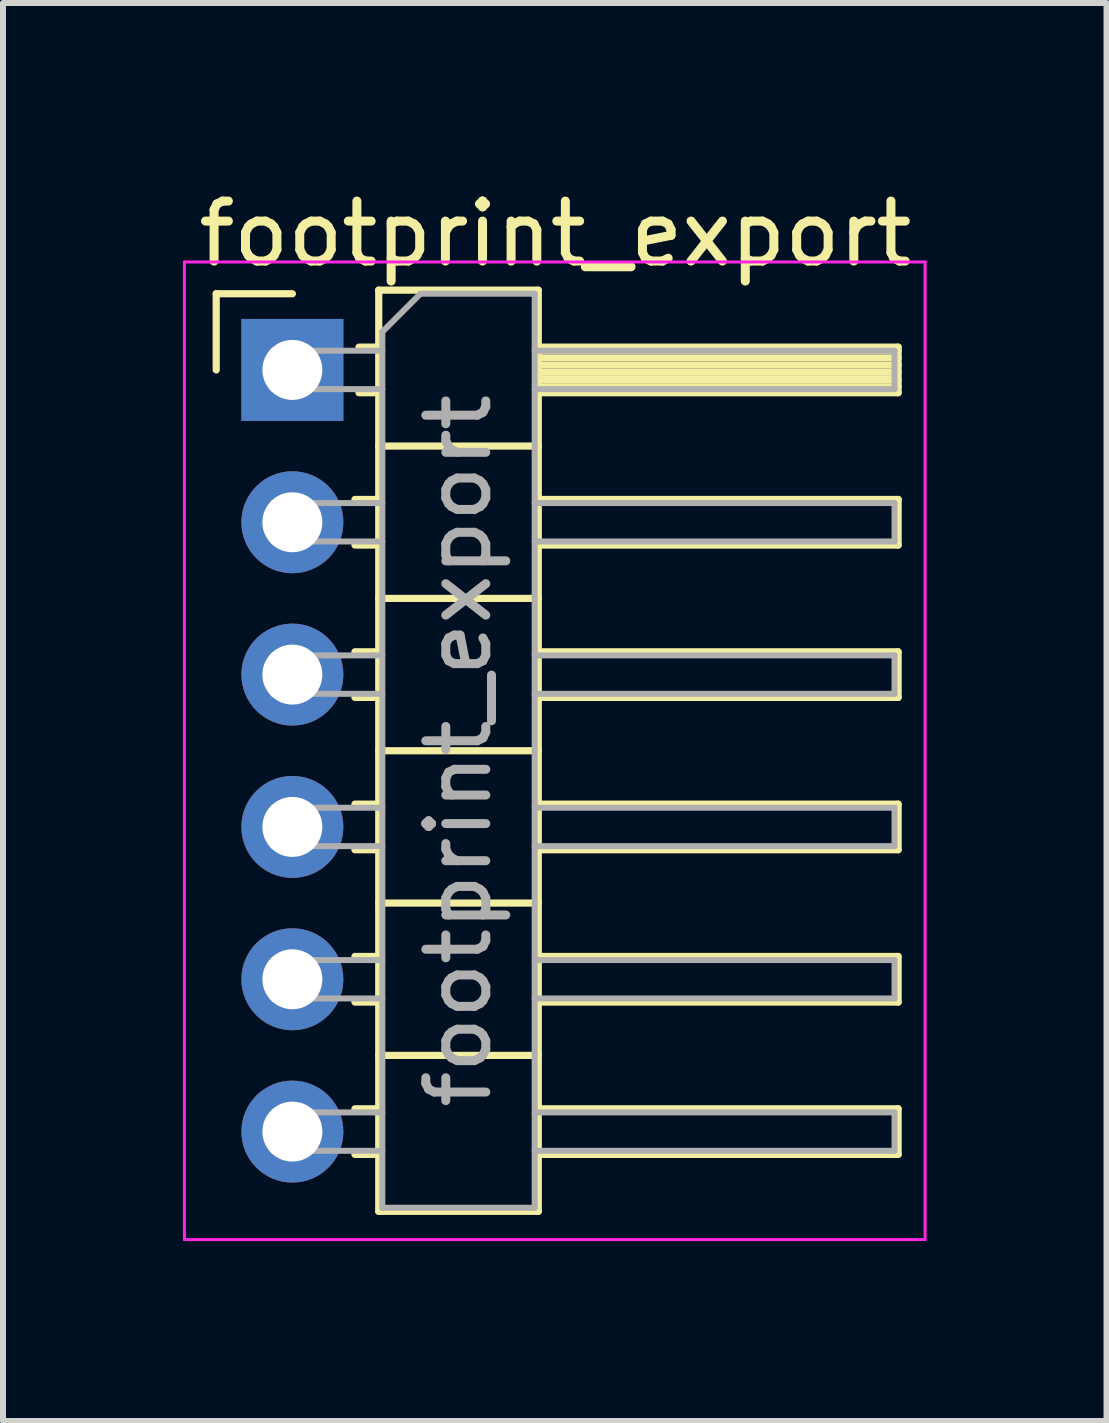
<source format=kicad_pcb>
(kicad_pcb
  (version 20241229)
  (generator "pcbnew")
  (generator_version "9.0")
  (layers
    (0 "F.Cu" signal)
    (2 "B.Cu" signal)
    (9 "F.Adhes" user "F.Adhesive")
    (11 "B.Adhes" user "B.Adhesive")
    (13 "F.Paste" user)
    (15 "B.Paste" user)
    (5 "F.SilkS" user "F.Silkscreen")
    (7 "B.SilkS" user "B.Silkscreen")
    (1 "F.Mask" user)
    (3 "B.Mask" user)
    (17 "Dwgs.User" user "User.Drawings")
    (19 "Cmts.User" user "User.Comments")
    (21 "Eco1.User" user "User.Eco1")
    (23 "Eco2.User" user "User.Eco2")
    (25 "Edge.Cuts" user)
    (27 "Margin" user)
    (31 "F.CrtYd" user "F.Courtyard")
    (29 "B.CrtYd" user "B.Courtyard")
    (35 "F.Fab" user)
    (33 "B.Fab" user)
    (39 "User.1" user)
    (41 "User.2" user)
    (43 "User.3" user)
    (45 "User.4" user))
  (footprint "footprint_export"
    (layer "F.Cu")
    (at 1.825 3.118)
    (property "Reference" "footprint_export" (at 4.385 -2.27 0) (layer "F.SilkS") (effects (font (size 1 1) (thickness 0.15))))
    (attr through_hole)
    (fp_line (start -1.27 -1.27) (end 0 -1.27) (stroke (width 0.12) (type solid)) (layer "F.SilkS"))
    (fp_line (start -1.27 0) (end -1.27 -1.27) (stroke (width 0.12) (type solid)) (layer "F.SilkS"))
    (fp_line (start 1.043 2.16) (end 1.44 2.16) (stroke (width 0.12) (type solid)) (layer "F.SilkS"))
    (fp_line (start 1.043 2.92) (end 1.44 2.92) (stroke (width 0.12) (type solid)) (layer "F.SilkS"))
    (fp_line (start 1.043 4.7) (end 1.44 4.7) (stroke (width 0.12) (type solid)) (layer "F.SilkS"))
    (fp_line (start 1.043 5.46) (end 1.44 5.46) (stroke (width 0.12) (type solid)) (layer "F.SilkS"))
    (fp_line (start 1.043 7.24) (end 1.44 7.24) (stroke (width 0.12) (type solid)) (layer "F.SilkS"))
    (fp_line (start 1.043 8) (end 1.44 8) (stroke (width 0.12) (type solid)) (layer "F.SilkS"))
    (fp_line (start 1.043 9.78) (end 1.44 9.78) (stroke (width 0.12) (type solid)) (layer "F.SilkS"))
    (fp_line (start 1.043 10.54) (end 1.44 10.54) (stroke (width 0.12) (type solid)) (layer "F.SilkS"))
    (fp_line (start 1.043 12.32) (end 1.44 12.32) (stroke (width 0.12) (type solid)) (layer "F.SilkS"))
    (fp_line (start 1.043 13.08) (end 1.44 13.08) (stroke (width 0.12) (type solid)) (layer "F.SilkS"))
    (fp_line (start 1.11 -0.38) (end 1.44 -0.38) (stroke (width 0.12) (type solid)) (layer "F.SilkS"))
    (fp_line (start 1.11 0.38) (end 1.44 0.38) (stroke (width 0.12) (type solid)) (layer "F.SilkS"))
    (fp_line (start 1.44 -1.33) (end 1.44 14.03) (stroke (width 0.12) (type solid)) (layer "F.SilkS"))
    (fp_line (start 1.44 1.27) (end 4.1 1.27) (stroke (width 0.12) (type solid)) (layer "F.SilkS"))
    (fp_line (start 1.44 3.81) (end 4.1 3.81) (stroke (width 0.12) (type solid)) (layer "F.SilkS"))
    (fp_line (start 1.44 6.35) (end 4.1 6.35) (stroke (width 0.12) (type solid)) (layer "F.SilkS"))
    (fp_line (start 1.44 8.89) (end 4.1 8.89) (stroke (width 0.12) (type solid)) (layer "F.SilkS"))
    (fp_line (start 1.44 11.43) (end 4.1 11.43) (stroke (width 0.12) (type solid)) (layer "F.SilkS"))
    (fp_line (start 1.44 14.03) (end 4.1 14.03) (stroke (width 0.12) (type solid)) (layer "F.SilkS"))
    (fp_line (start 4.1 -1.33) (end 1.44 -1.33) (stroke (width 0.12) (type solid)) (layer "F.SilkS"))
    (fp_line (start 4.1 -0.38) (end 10.1 -0.38) (stroke (width 0.12) (type solid)) (layer "F.SilkS"))
    (fp_line (start 4.1 -0.32) (end 10.1 -0.32) (stroke (width 0.12) (type solid)) (layer "F.SilkS"))
    (fp_line (start 4.1 -0.2) (end 10.1 -0.2) (stroke (width 0.12) (type solid)) (layer "F.SilkS"))
    (fp_line (start 4.1 -0.08) (end 10.1 -0.08) (stroke (width 0.12) (type solid)) (layer "F.SilkS"))
    (fp_line (start 4.1 0.04) (end 10.1 0.04) (stroke (width 0.12) (type solid)) (layer "F.SilkS"))
    (fp_line (start 4.1 0.16) (end 10.1 0.16) (stroke (width 0.12) (type solid)) (layer "F.SilkS"))
    (fp_line (start 4.1 0.28) (end 10.1 0.28) (stroke (width 0.12) (type solid)) (layer "F.SilkS"))
    (fp_line (start 4.1 2.16) (end 10.1 2.16) (stroke (width 0.12) (type solid)) (layer "F.SilkS"))
    (fp_line (start 4.1 4.7) (end 10.1 4.7) (stroke (width 0.12) (type solid)) (layer "F.SilkS"))
    (fp_line (start 4.1 7.24) (end 10.1 7.24) (stroke (width 0.12) (type solid)) (layer "F.SilkS"))
    (fp_line (start 4.1 9.78) (end 10.1 9.78) (stroke (width 0.12) (type solid)) (layer "F.SilkS"))
    (fp_line (start 4.1 12.32) (end 10.1 12.32) (stroke (width 0.12) (type solid)) (layer "F.SilkS"))
    (fp_line (start 4.1 14.03) (end 4.1 -1.33) (stroke (width 0.12) (type solid)) (layer "F.SilkS"))
    (fp_line (start 10.1 -0.38) (end 10.1 0.38) (stroke (width 0.12) (type solid)) (layer "F.SilkS"))
    (fp_line (start 10.1 0.38) (end 4.1 0.38) (stroke (width 0.12) (type solid)) (layer "F.SilkS"))
    (fp_line (start 10.1 2.16) (end 10.1 2.92) (stroke (width 0.12) (type solid)) (layer "F.SilkS"))
    (fp_line (start 10.1 2.92) (end 4.1 2.92) (stroke (width 0.12) (type solid)) (layer "F.SilkS"))
    (fp_line (start 10.1 4.7) (end 10.1 5.46) (stroke (width 0.12) (type solid)) (layer "F.SilkS"))
    (fp_line (start 10.1 5.46) (end 4.1 5.46) (stroke (width 0.12) (type solid)) (layer "F.SilkS"))
    (fp_line (start 10.1 7.24) (end 10.1 8) (stroke (width 0.12) (type solid)) (layer "F.SilkS"))
    (fp_line (start 10.1 8) (end 4.1 8) (stroke (width 0.12) (type solid)) (layer "F.SilkS"))
    (fp_line (start 10.1 9.78) (end 10.1 10.54) (stroke (width 0.12) (type solid)) (layer "F.SilkS"))
    (fp_line (start 10.1 10.54) (end 4.1 10.54) (stroke (width 0.12) (type solid)) (layer "F.SilkS"))
    (fp_line (start 10.1 12.32) (end 10.1 13.08) (stroke (width 0.12) (type solid)) (layer "F.SilkS"))
    (fp_line (start 10.1 13.08) (end 4.1 13.08) (stroke (width 0.12) (type solid)) (layer "F.SilkS"))
    (fp_line (start -1.8 -1.8) (end -1.8 14.5) (stroke (width 0.05) (type solid)) (layer "F.CrtYd"))
    (fp_line (start -1.8 14.5) (end 10.55 14.5) (stroke (width 0.05) (type solid)) (layer "F.CrtYd"))
    (fp_line (start 10.55 -1.8) (end -1.8 -1.8) (stroke (width 0.05) (type solid)) (layer "F.CrtYd"))
    (fp_line (start 10.55 14.5) (end 10.55 -1.8) (stroke (width 0.05) (type solid)) (layer "F.CrtYd"))
    (fp_line (start -0.32 -0.32) (end -0.32 0.32) (stroke (width 0.1) (type solid)) (layer "F.Fab"))
    (fp_line (start -0.32 -0.32) (end 1.5 -0.32) (stroke (width 0.1) (type solid)) (layer "F.Fab"))
    (fp_line (start -0.32 0.32) (end 1.5 0.32) (stroke (width 0.1) (type solid)) (layer "F.Fab"))
    (fp_line (start -0.32 2.22) (end -0.32 2.86) (stroke (width 0.1) (type solid)) (layer "F.Fab"))
    (fp_line (start -0.32 2.22) (end 1.5 2.22) (stroke (width 0.1) (type solid)) (layer "F.Fab"))
    (fp_line (start -0.32 2.86) (end 1.5 2.86) (stroke (width 0.1) (type solid)) (layer "F.Fab"))
    (fp_line (start -0.32 4.76) (end -0.32 5.4) (stroke (width 0.1) (type solid)) (layer "F.Fab"))
    (fp_line (start -0.32 4.76) (end 1.5 4.76) (stroke (width 0.1) (type solid)) (layer "F.Fab"))
    (fp_line (start -0.32 5.4) (end 1.5 5.4) (stroke (width 0.1) (type solid)) (layer "F.Fab"))
    (fp_line (start -0.32 7.3) (end -0.32 7.94) (stroke (width 0.1) (type solid)) (layer "F.Fab"))
    (fp_line (start -0.32 7.3) (end 1.5 7.3) (stroke (width 0.1) (type solid)) (layer "F.Fab"))
    (fp_line (start -0.32 7.94) (end 1.5 7.94) (stroke (width 0.1) (type solid)) (layer "F.Fab"))
    (fp_line (start -0.32 9.84) (end -0.32 10.48) (stroke (width 0.1) (type solid)) (layer "F.Fab"))
    (fp_line (start -0.32 9.84) (end 1.5 9.84) (stroke (width 0.1) (type solid)) (layer "F.Fab"))
    (fp_line (start -0.32 10.48) (end 1.5 10.48) (stroke (width 0.1) (type solid)) (layer "F.Fab"))
    (fp_line (start -0.32 12.38) (end -0.32 13.02) (stroke (width 0.1) (type solid)) (layer "F.Fab"))
    (fp_line (start -0.32 12.38) (end 1.5 12.38) (stroke (width 0.1) (type solid)) (layer "F.Fab"))
    (fp_line (start -0.32 13.02) (end 1.5 13.02) (stroke (width 0.1) (type solid)) (layer "F.Fab"))
    (fp_line (start 1.5 -0.635) (end 2.135 -1.27) (stroke (width 0.1) (type solid)) (layer "F.Fab"))
    (fp_line (start 1.5 13.97) (end 1.5 -0.635) (stroke (width 0.1) (type solid)) (layer "F.Fab"))
    (fp_line (start 2.135 -1.27) (end 4.04 -1.27) (stroke (width 0.1) (type solid)) (layer "F.Fab"))
    (fp_line (start 4.04 -1.27) (end 4.04 13.97) (stroke (width 0.1) (type solid)) (layer "F.Fab"))
    (fp_line (start 4.04 -0.32) (end 10.04 -0.32) (stroke (width 0.1) (type solid)) (layer "F.Fab"))
    (fp_line (start 4.04 0.32) (end 10.04 0.32) (stroke (width 0.1) (type solid)) (layer "F.Fab"))
    (fp_line (start 4.04 2.22) (end 10.04 2.22) (stroke (width 0.1) (type solid)) (layer "F.Fab"))
    (fp_line (start 4.04 2.86) (end 10.04 2.86) (stroke (width 0.1) (type solid)) (layer "F.Fab"))
    (fp_line (start 4.04 4.76) (end 10.04 4.76) (stroke (width 0.1) (type solid)) (layer "F.Fab"))
    (fp_line (start 4.04 5.4) (end 10.04 5.4) (stroke (width 0.1) (type solid)) (layer "F.Fab"))
    (fp_line (start 4.04 7.3) (end 10.04 7.3) (stroke (width 0.1) (type solid)) (layer "F.Fab"))
    (fp_line (start 4.04 7.94) (end 10.04 7.94) (stroke (width 0.1) (type solid)) (layer "F.Fab"))
    (fp_line (start 4.04 9.84) (end 10.04 9.84) (stroke (width 0.1) (type solid)) (layer "F.Fab"))
    (fp_line (start 4.04 10.48) (end 10.04 10.48) (stroke (width 0.1) (type solid)) (layer "F.Fab"))
    (fp_line (start 4.04 12.38) (end 10.04 12.38) (stroke (width 0.1) (type solid)) (layer "F.Fab"))
    (fp_line (start 4.04 13.02) (end 10.04 13.02) (stroke (width 0.1) (type solid)) (layer "F.Fab"))
    (fp_line (start 4.04 13.97) (end 1.5 13.97) (stroke (width 0.1) (type solid)) (layer "F.Fab"))
    (fp_line (start 10.04 -0.32) (end 10.04 0.32) (stroke (width 0.1) (type solid)) (layer "F.Fab"))
    (fp_line (start 10.04 2.22) (end 10.04 2.86) (stroke (width 0.1) (type solid)) (layer "F.Fab"))
    (fp_line (start 10.04 4.76) (end 10.04 5.4) (stroke (width 0.1) (type solid)) (layer "F.Fab"))
    (fp_line (start 10.04 7.3) (end 10.04 7.94) (stroke (width 0.1) (type solid)) (layer "F.Fab"))
    (fp_line (start 10.04 9.84) (end 10.04 10.48) (stroke (width 0.1) (type solid)) (layer "F.Fab"))
    (fp_line (start 10.04 12.38) (end 10.04 13.02) (stroke (width 0.1) (type solid)) (layer "F.Fab"))
    (fp_text user "${REFERENCE}" (at 2.77 6.35 90) (layer "F.Fab") (effects (font (size 1 1) (thickness 0.15))))
    (pad "1" thru_hole rect (at 0 0) (size 1.7 1.7) (drill 1) (layers "*.Cu" "*.Mask"))
    (pad "2" thru_hole oval (at 0 2.54) (size 1.7 1.7) (drill 1) (layers "*.Cu" "*.Mask"))
    (pad "3" thru_hole oval (at 0 5.08) (size 1.7 1.7) (drill 1) (layers "*.Cu" "*.Mask"))
    (pad "4" thru_hole oval (at 0 7.62) (size 1.7 1.7) (drill 1) (layers "*.Cu" "*.Mask"))
    (pad "5" thru_hole oval (at 0 10.16) (size 1.7 1.7) (drill 1) (layers "*.Cu" "*.Mask"))
    (pad "6" thru_hole oval (at 0 12.7) (size 1.7 1.7) (drill 1) (layers "*.Cu" "*.Mask")))
  (gr_rect
    (start -3 -3)
    (end 15.4 20.643)
    (stroke (width 0.1) (type default))
    (fill no)
    (layer "Edge.Cuts")))
</source>
